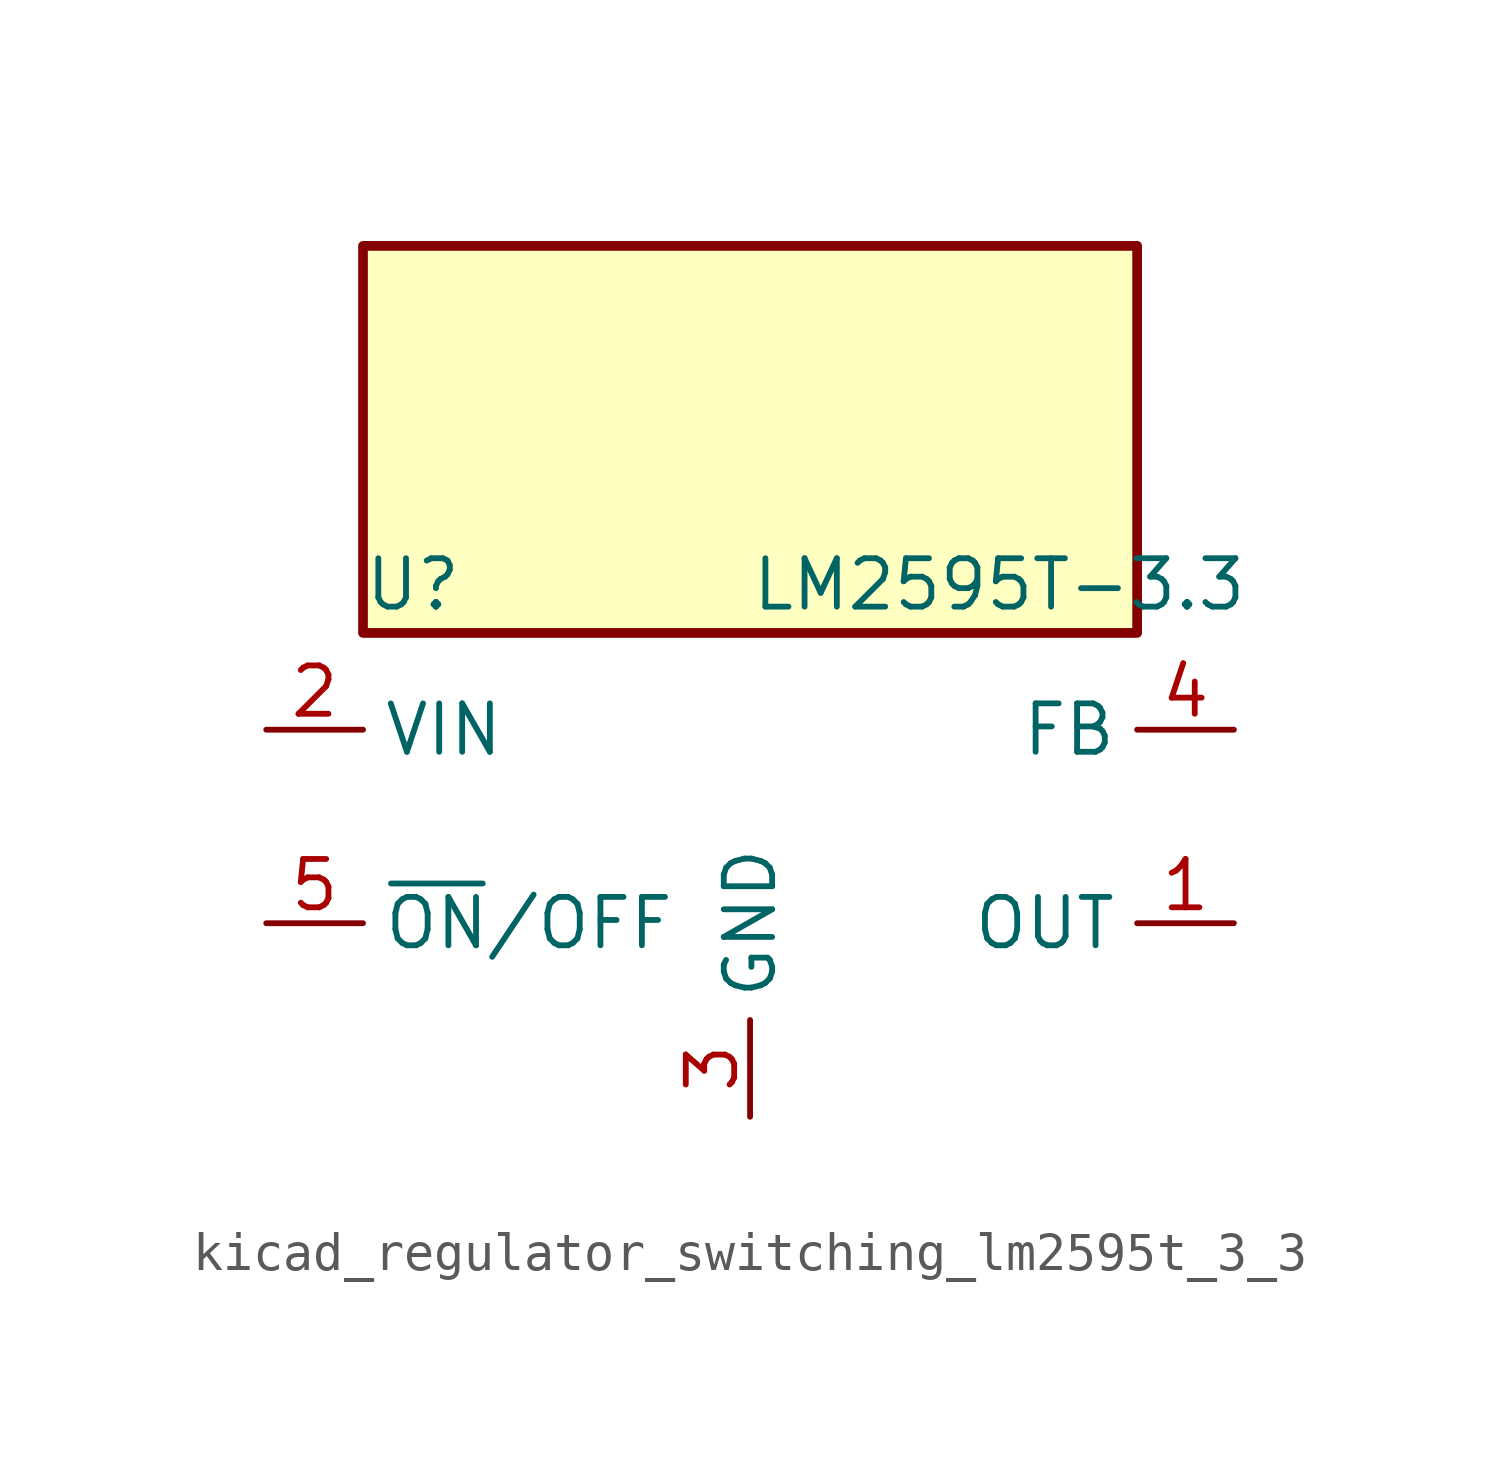
<source format=kicad_sym>
(kicad_symbol_lib
  (version 20220914)
  (generator kicad_symbol_editor)
  (symbol "kicad_regulator_switching_lm2595t_3_3"
    (property "Reference" "U"
      (at -10.16 6.35 0)
      (effects (font (size 1.27 1.27)) (justify left)))
    (property "Value" "LM2595T-3.3"
      (at 0 6.35 0)
      (effects (font (size 1.27 1.27)) (justify left)))
    (symbol "kicad_regulator_switching_lm2595t_3_3_0_1"
      (rectangle (start 10.16 15.24) (end -10.16 5.08) (stroke (width 0.254) (type default)) (fill (type background))))
    (symbol "kicad_regulator_switching_lm2595t_3_3_1_1"
      (pin output line (at 12.7 -2.54 180) (length 2.54) (name "OUT" (effects (font (size 1.27 1.27)))) (number "1" (effects (font (size 1.27 1.27)))))
      (pin power_in line (at -12.7 2.54 0) (length 2.54) (name "VIN" (effects (font (size 1.27 1.27)))) (number "2" (effects (font (size 1.27 1.27)))))
      (pin power_in line (at 0 -7.62 90) (length 2.54) (name "GND" (effects (font (size 1.27 1.27)))) (number "3" (effects (font (size 1.27 1.27)))))
      (pin input line (at 12.7 2.54 180) (length 2.54) (name "FB" (effects (font (size 1.27 1.27)))) (number "4" (effects (font (size 1.27 1.27)))))
      (pin input line (at -12.7 -2.54 0) (length 2.54) (name "~{ON}/OFF" (effects (font (size 1.27 1.27)))) (number "5" (effects (font (size 1.27 1.27))))))))
</source>
